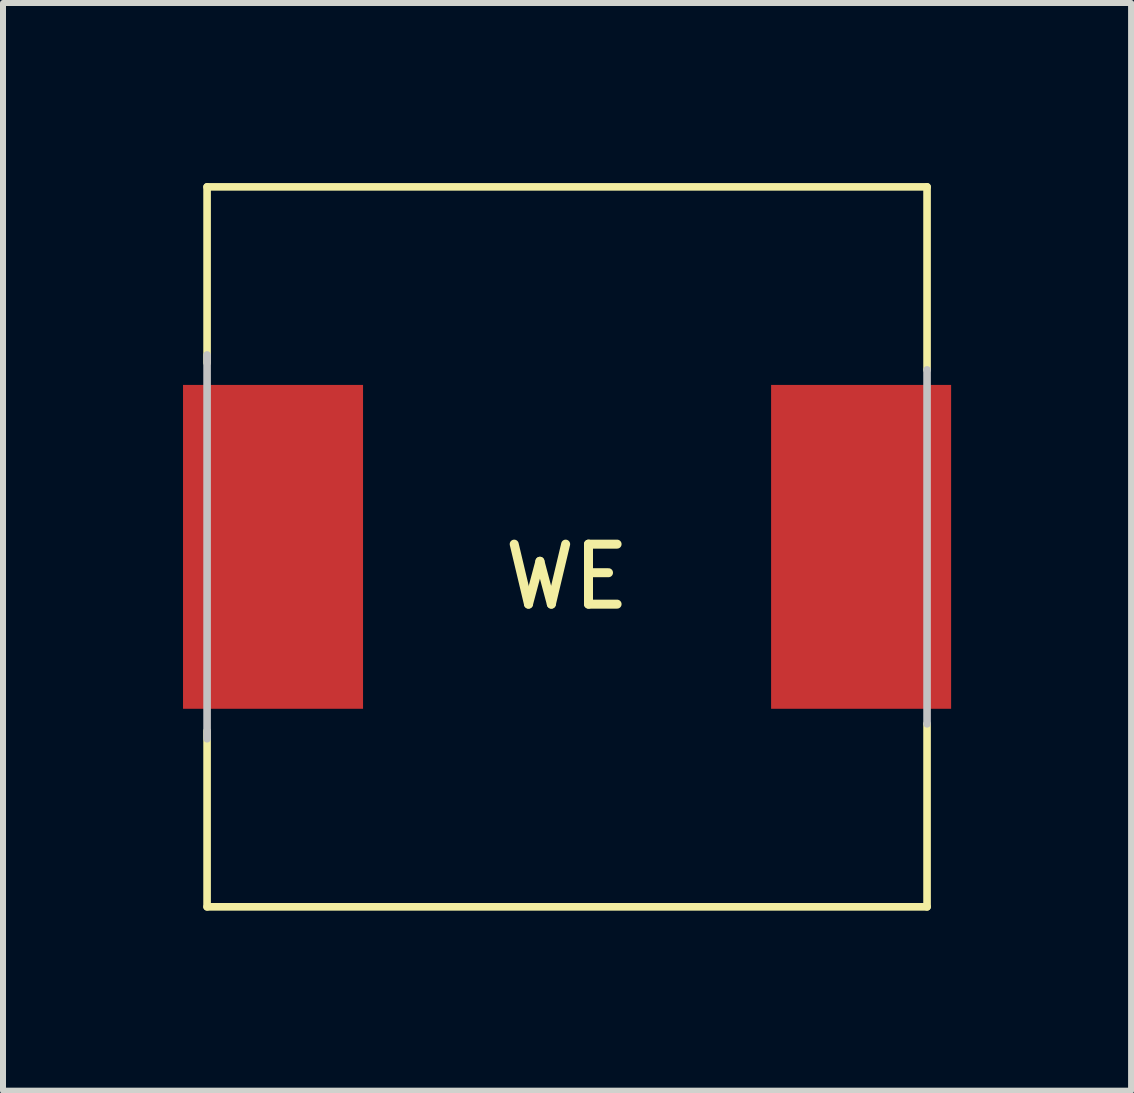
<source format=kicad_pcb>
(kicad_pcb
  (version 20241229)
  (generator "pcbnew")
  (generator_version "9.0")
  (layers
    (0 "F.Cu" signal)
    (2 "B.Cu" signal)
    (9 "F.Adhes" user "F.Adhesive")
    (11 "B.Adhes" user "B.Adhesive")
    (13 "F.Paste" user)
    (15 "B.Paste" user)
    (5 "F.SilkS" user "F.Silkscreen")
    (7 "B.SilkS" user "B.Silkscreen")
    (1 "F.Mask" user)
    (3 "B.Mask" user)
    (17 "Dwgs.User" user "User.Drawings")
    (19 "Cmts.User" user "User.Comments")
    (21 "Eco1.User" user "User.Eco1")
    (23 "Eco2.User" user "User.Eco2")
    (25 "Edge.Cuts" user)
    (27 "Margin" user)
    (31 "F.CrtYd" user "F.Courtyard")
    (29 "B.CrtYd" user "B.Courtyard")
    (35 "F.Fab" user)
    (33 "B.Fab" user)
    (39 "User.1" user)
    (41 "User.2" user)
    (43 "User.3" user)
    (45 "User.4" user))
  (footprint "WE"
    (layer "F.Cu")
    (at 6.4 6.063)
    (property "Reference" "WE" (at 0 0.5 0) (layer "F.SilkS") (effects (font (size 1 1) (thickness 0.15))))
    (attr through_hole)
    (fp_line (start -5.999 -5.999) (end 5.999 -5.999) (stroke (width 0.127) (type solid)) (layer "F.SilkS"))
    (fp_line (start -5.999 -3.068) (end -5.999 -5.999) (stroke (width 0.127) (type solid)) (layer "F.SilkS"))
    (fp_line (start -5.999 5.999) (end -5.999 3.068) (stroke (width 0.127) (type solid)) (layer "F.SilkS"))
    (fp_line (start 5.999 -2.949) (end 5.999 -5.999) (stroke (width 0.127) (type solid)) (layer "F.SilkS"))
    (fp_line (start 5.999 5.999) (end -5.999 5.999) (stroke (width 0.127) (type solid)) (layer "F.SilkS"))
    (fp_line (start 5.999 5.999) (end 5.999 2.949) (stroke (width 0.127) (type solid)) (layer "F.SilkS"))
    (fp_line (start -5.999 3.198) (end -5.999 -3.198) (stroke (width 0.127) (type solid)) (layer "Dwgs.User"))
    (fp_line (start 5.999 2.949) (end 5.999 -2.949) (stroke (width 0.127) (type solid)) (layer "Dwgs.User"))
    (pad "1" smd rect (at -4.9 0 90) (size 5.397 3) (layers "F.Cu" "F.Mask" "F.Paste"))
    (pad "2" smd rect (at 4.9 0 90) (size 5.397 3) (layers "F.Cu" "F.Mask" "F.Paste")))
  (gr_rect
    (start -3 -3)
    (end 15.799 15.126)
    (stroke (width 0.1) (type default))
    (fill no)
    (layer "Edge.Cuts")))
</source>
